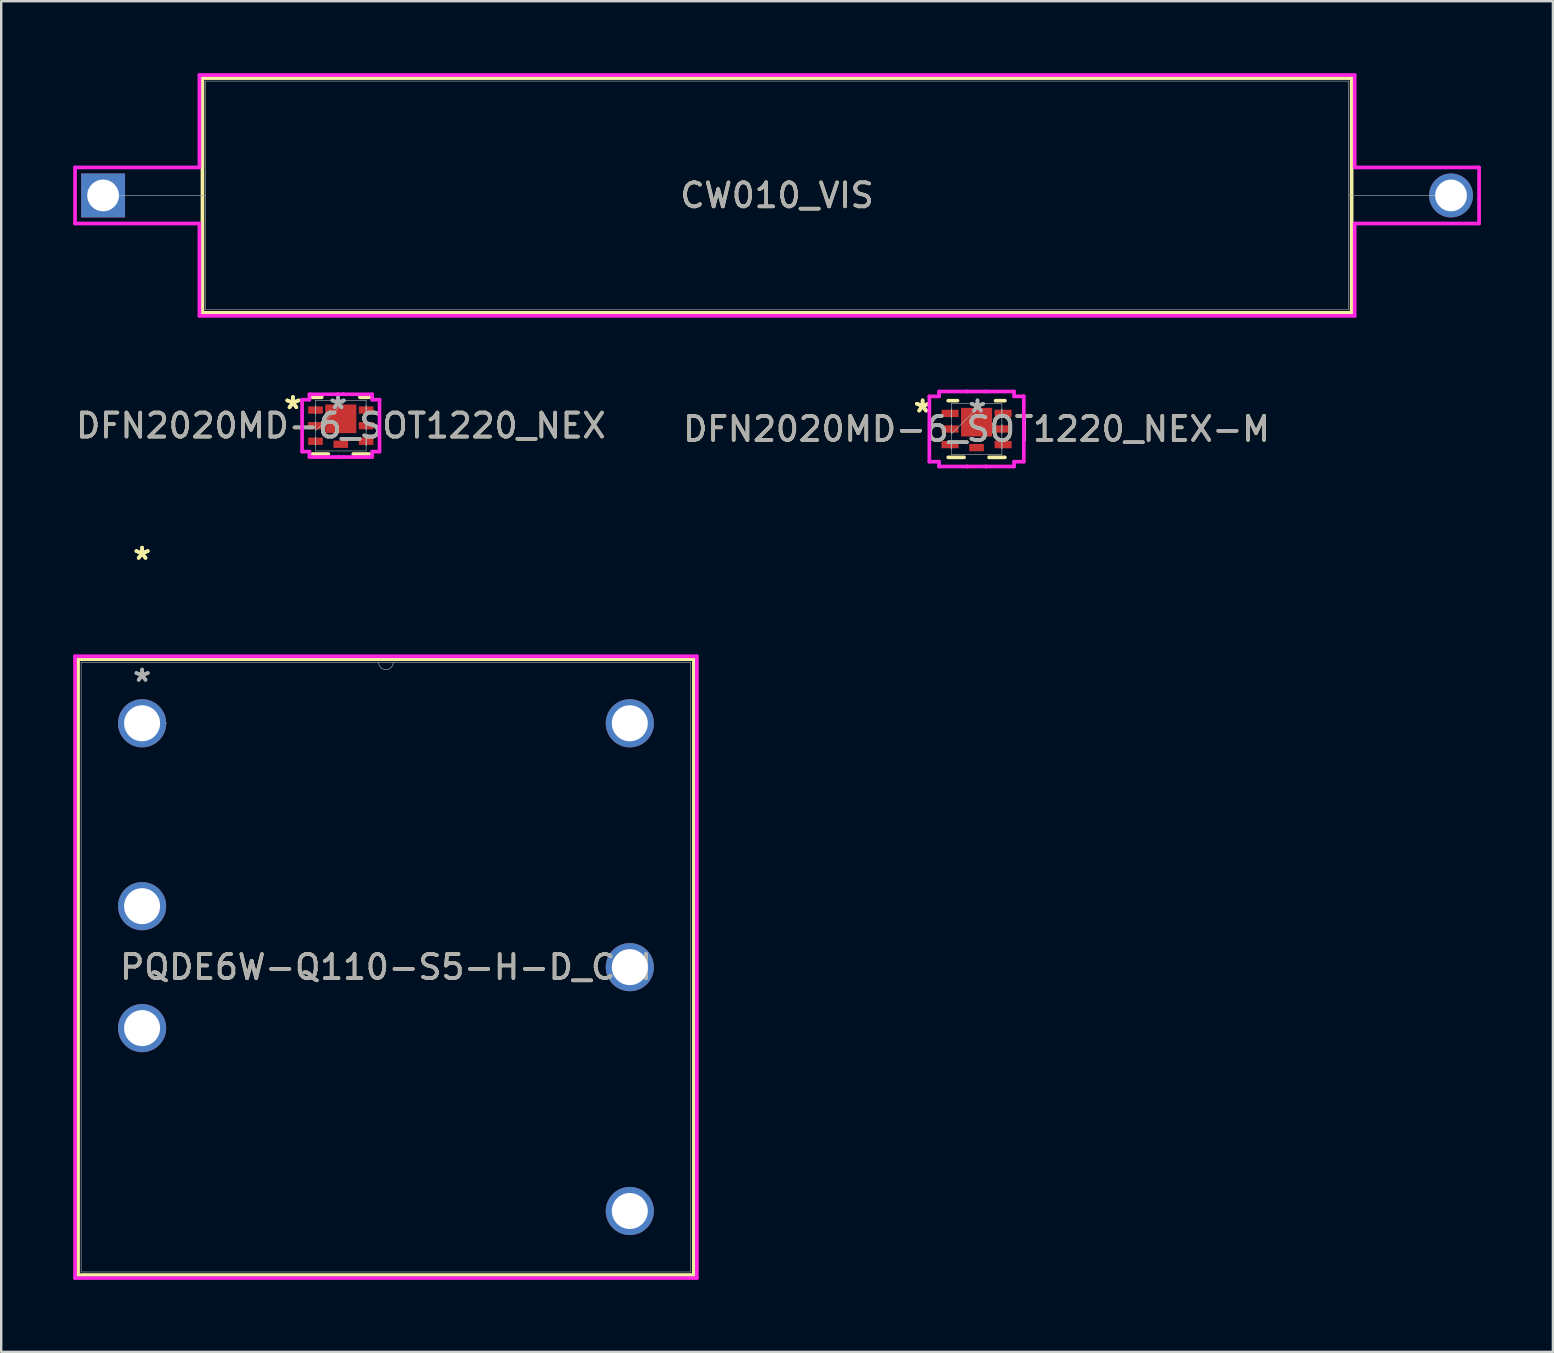
<source format=kicad_pcb>
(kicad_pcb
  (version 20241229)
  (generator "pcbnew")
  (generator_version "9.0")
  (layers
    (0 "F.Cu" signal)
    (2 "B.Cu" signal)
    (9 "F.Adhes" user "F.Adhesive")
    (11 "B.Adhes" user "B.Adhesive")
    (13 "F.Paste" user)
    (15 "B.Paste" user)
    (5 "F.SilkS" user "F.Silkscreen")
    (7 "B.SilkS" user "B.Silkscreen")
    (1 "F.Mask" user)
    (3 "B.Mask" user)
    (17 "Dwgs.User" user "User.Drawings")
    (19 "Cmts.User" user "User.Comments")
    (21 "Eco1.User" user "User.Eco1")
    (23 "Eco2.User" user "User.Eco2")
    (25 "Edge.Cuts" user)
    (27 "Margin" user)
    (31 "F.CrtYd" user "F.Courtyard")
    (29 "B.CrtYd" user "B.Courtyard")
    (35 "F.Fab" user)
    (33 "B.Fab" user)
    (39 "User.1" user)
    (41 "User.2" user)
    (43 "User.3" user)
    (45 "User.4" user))
  (footprint "PQDE6W-Q110-S5-H-D_CUI"
    (layer "F.Cu")
    (at 2.87 27.084)
    (property "Reference" "PQDE6W-Q110-S5-H-D_CUI" (at 10.16 10.16 0) (unlocked yes) (layer "F.SilkS") (effects (font (size 1 1) (thickness 0.15))))
    (attr through_hole)
    (fp_line (start -2.667 -2.667) (end -2.667 22.987) (stroke (width 0.152) (type solid)) (layer "F.SilkS"))
    (fp_line (start -2.667 22.987) (end 22.987 22.987) (stroke (width 0.152) (type solid)) (layer "F.SilkS"))
    (fp_line (start 22.987 -2.667) (end -2.667 -2.667) (stroke (width 0.152) (type solid)) (layer "F.SilkS"))
    (fp_line (start 22.987 22.987) (end 22.987 -2.667) (stroke (width 0.152) (type solid)) (layer "F.SilkS"))
    (fp_line (start -2.794 -2.794) (end 23.114 -2.794) (stroke (width 0.152) (type solid)) (layer "F.CrtYd"))
    (fp_line (start -2.794 23.114) (end -2.794 -2.794) (stroke (width 0.152) (type solid)) (layer "F.CrtYd"))
    (fp_line (start 23.114 -2.794) (end 23.114 23.114) (stroke (width 0.152) (type solid)) (layer "F.CrtYd"))
    (fp_line (start 23.114 23.114) (end -2.794 23.114) (stroke (width 0.152) (type solid)) (layer "F.CrtYd"))
    (fp_line (start -2.54 -2.54) (end -2.54 22.86) (stroke (width 0.025) (type solid)) (layer "F.Fab"))
    (fp_line (start -2.54 22.86) (end 22.86 22.86) (stroke (width 0.025) (type solid)) (layer "F.Fab"))
    (fp_line (start 22.86 -2.54) (end -2.54 -2.54) (stroke (width 0.025) (type solid)) (layer "F.Fab"))
    (fp_line (start 22.86 22.86) (end 22.86 -2.54) (stroke (width 0.025) (type solid)) (layer "F.Fab"))
    (fp_arc (start 10.4648 -2.54) (mid 10.16 -2.2352) (end 9.8552 -2.54) (stroke (width 0.0254) (type solid)) (layer "F.Fab"))
    (fp_circle (center 1.003 0) (end 1.003 0) (stroke (width 0.025) (type solid)) (fill no) (layer "F.Fab"))
    (fp_text user "*" (at 0 -6.773 0) (unlocked yes) (layer "F.SilkS") (effects (font (size 1 1) (thickness 0.15))))
    (fp_text user "*" (at 0 -6.773 0) (layer "F.SilkS") (effects (font (size 1 1) (thickness 0.15))))
    (fp_text user "${REFERENCE}" (at 10.16 10.16 0) (unlocked yes) (layer "F.Fab") (effects (font (size 1 1) (thickness 0.15))))
    (fp_text user "*" (at 0 -1.693 0) (layer "F.Fab") (effects (font (size 1 1) (thickness 0.15))))
    (fp_text user "*" (at 0 -1.693 0) (unlocked yes) (layer "F.Fab") (effects (font (size 1 1) (thickness 0.15))))
    (pad "1" thru_hole circle (at 0 0) (size 2.007 2.007) (drill 1.499) (layers "*.Cu" "*.Mask"))
    (pad "2" thru_hole circle (at 0 7.62) (size 2.007 2.007) (drill 1.499) (layers "*.Cu" "*.Mask"))
    (pad "3" thru_hole circle (at 0 12.7) (size 2.007 2.007) (drill 1.499) (layers "*.Cu" "*.Mask"))
    (pad "4" thru_hole circle (at 20.32 20.32) (size 2.007 2.007) (drill 1.499) (layers "*.Cu" "*.Mask"))
    (pad "5" thru_hole circle (at 20.32 10.16) (size 2.007 2.007) (drill 1.499) (layers "*.Cu" "*.Mask"))
    (pad "6" thru_hole circle (at 20.32 0) (size 2.007 2.007) (drill 1.499) (layers "*.Cu" "*.Mask")))
  (footprint "CW010_VIS"
    (layer "F.Cu")
    (at 1.245 5.093)
    (property "Reference" "CW010_VIS" (at 28.08 0 0) (unlocked yes) (layer "F.SilkS") (effects (font (size 1 1) (thickness 0.15))))
    (attr through_hole)
    (fp_line (start 4.14 -4.889) (end 4.14 4.889) (stroke (width 0.152) (type solid)) (layer "F.SilkS"))
    (fp_line (start 4.14 4.889) (end 52.019 4.889) (stroke (width 0.152) (type solid)) (layer "F.SilkS"))
    (fp_line (start 52.019 -4.889) (end 4.14 -4.889) (stroke (width 0.152) (type solid)) (layer "F.SilkS"))
    (fp_line (start 52.019 4.889) (end 52.019 -4.889) (stroke (width 0.152) (type solid)) (layer "F.SilkS"))
    (fp_line (start -1.168 -1.168) (end 4.013 -1.168) (stroke (width 0.152) (type solid)) (layer "F.CrtYd"))
    (fp_line (start -1.168 1.168) (end -1.168 -1.168) (stroke (width 0.152) (type solid)) (layer "F.CrtYd"))
    (fp_line (start 4.013 -5.016) (end 52.146 -5.016) (stroke (width 0.152) (type solid)) (layer "F.CrtYd"))
    (fp_line (start 4.013 -1.168) (end 4.013 -5.016) (stroke (width 0.152) (type solid)) (layer "F.CrtYd"))
    (fp_line (start 4.013 1.168) (end -1.168 1.168) (stroke (width 0.152) (type solid)) (layer "F.CrtYd"))
    (fp_line (start 4.013 5.016) (end 4.013 1.168) (stroke (width 0.152) (type solid)) (layer "F.CrtYd"))
    (fp_line (start 52.146 -5.016) (end 52.146 -1.168) (stroke (width 0.152) (type solid)) (layer "F.CrtYd"))
    (fp_line (start 52.146 -1.168) (end 57.328 -1.168) (stroke (width 0.152) (type solid)) (layer "F.CrtYd"))
    (fp_line (start 52.146 1.168) (end 52.146 5.016) (stroke (width 0.152) (type solid)) (layer "F.CrtYd"))
    (fp_line (start 52.146 5.016) (end 4.013 5.016) (stroke (width 0.152) (type solid)) (layer "F.CrtYd"))
    (fp_line (start 57.328 -1.168) (end 57.328 1.168) (stroke (width 0.152) (type solid)) (layer "F.CrtYd"))
    (fp_line (start 57.328 1.168) (end 52.146 1.168) (stroke (width 0.152) (type solid)) (layer "F.CrtYd"))
    (fp_line (start 0 0) (end 4.267 0) (stroke (width 0.025) (type solid)) (layer "F.Fab"))
    (fp_line (start 4.267 -4.763) (end 4.267 4.763) (stroke (width 0.025) (type solid)) (layer "F.Fab"))
    (fp_line (start 4.267 4.763) (end 51.892 4.763) (stroke (width 0.025) (type solid)) (layer "F.Fab"))
    (fp_line (start 51.892 -4.763) (end 4.267 -4.763) (stroke (width 0.025) (type solid)) (layer "F.Fab"))
    (fp_line (start 51.892 4.763) (end 51.892 -4.763) (stroke (width 0.025) (type solid)) (layer "F.Fab"))
    (fp_line (start 56.159 0) (end 51.892 0) (stroke (width 0.025) (type solid)) (layer "F.Fab"))
    (fp_text user "${REFERENCE}" (at 28.08 0 0) (unlocked yes) (layer "F.Fab") (effects (font (size 1 1) (thickness 0.15))))
    (pad "1" thru_hole rect (at 0 0) (size 1.829 1.829) (drill 1.321) (layers "*.Cu" "*.Mask"))
    (pad "2" thru_hole circle (at 56.159 0) (size 1.829 1.829) (drill 1.321) (layers "*.Cu" "*.Mask")))
  (footprint "DFN2020MD-6_SOT1220_NEX-M"
    (layer "F.Cu")
    (at 37.637 14.824)
    (property "Reference" "DFN2020MD-6_SOT1220_NEX-M" (at 0 0 0) (unlocked yes) (layer "F.SilkS") (effects (font (size 1 1) (thickness 0.15))))
    (attr smd)
    (fp_line (start -1.181 1.181) (end -0.52 1.181) (stroke (width 0.152) (type solid)) (layer "F.SilkS"))
    (fp_line (start -0.793 -1.181) (end -1.181 -1.181) (stroke (width 0.152) (type solid)) (layer "F.SilkS"))
    (fp_line (start 0.52 1.181) (end 1.181 1.181) (stroke (width 0.152) (type solid)) (layer "F.SilkS"))
    (fp_line (start 1.181 -1.181) (end 0.793 -1.181) (stroke (width 0.152) (type solid)) (layer "F.SilkS"))
    (fp_line (start -1.968 -1.361) (end -1.562 -1.361) (stroke (width 0.152) (type solid)) (layer "F.CrtYd"))
    (fp_line (start -1.968 1.361) (end -1.968 -1.361) (stroke (width 0.152) (type solid)) (layer "F.CrtYd"))
    (fp_line (start -1.562 -1.562) (end -0.386 -1.562) (stroke (width 0.152) (type solid)) (layer "F.CrtYd"))
    (fp_line (start -1.562 -1.361) (end -1.562 -1.562) (stroke (width 0.152) (type solid)) (layer "F.CrtYd"))
    (fp_line (start -1.562 1.361) (end -1.968 1.361) (stroke (width 0.152) (type solid)) (layer "F.CrtYd"))
    (fp_line (start -1.562 1.562) (end -1.562 1.361) (stroke (width 0.152) (type solid)) (layer "F.CrtYd"))
    (fp_line (start -0.386 -1.562) (end -0.386 -1.562) (stroke (width 0.152) (type solid)) (layer "F.CrtYd"))
    (fp_line (start -0.386 -1.562) (end 0.386 -1.562) (stroke (width 0.152) (type solid)) (layer "F.CrtYd"))
    (fp_line (start -0.386 1.562) (end -1.562 1.562) (stroke (width 0.152) (type solid)) (layer "F.CrtYd"))
    (fp_line (start -0.386 1.562) (end -0.386 1.562) (stroke (width 0.152) (type solid)) (layer "F.CrtYd"))
    (fp_line (start 0.386 -1.562) (end 0.386 -1.562) (stroke (width 0.152) (type solid)) (layer "F.CrtYd"))
    (fp_line (start 0.386 -1.562) (end 1.562 -1.562) (stroke (width 0.152) (type solid)) (layer "F.CrtYd"))
    (fp_line (start 0.386 1.562) (end -0.386 1.562) (stroke (width 0.152) (type solid)) (layer "F.CrtYd"))
    (fp_line (start 0.386 1.562) (end 0.386 1.562) (stroke (width 0.152) (type solid)) (layer "F.CrtYd"))
    (fp_line (start 1.562 -1.562) (end 1.562 -1.361) (stroke (width 0.152) (type solid)) (layer "F.CrtYd"))
    (fp_line (start 1.562 -1.361) (end 1.968 -1.361) (stroke (width 0.152) (type solid)) (layer "F.CrtYd"))
    (fp_line (start 1.562 1.361) (end 1.562 1.562) (stroke (width 0.152) (type solid)) (layer "F.CrtYd"))
    (fp_line (start 1.562 1.562) (end 0.386 1.562) (stroke (width 0.152) (type solid)) (layer "F.CrtYd"))
    (fp_line (start 1.968 -1.361) (end 1.968 1.361) (stroke (width 0.152) (type solid)) (layer "F.CrtYd"))
    (fp_line (start 1.968 1.361) (end 1.562 1.361) (stroke (width 0.152) (type solid)) (layer "F.CrtYd"))
    (fp_line (start -1.054 -1.054) (end -1.054 1.054) (stroke (width 0.025) (type solid)) (layer "F.Fab"))
    (fp_line (start -1.054 -0.828) (end -1.054 -0.828) (stroke (width 0.025) (type solid)) (layer "F.Fab"))
    (fp_line (start -1.054 -0.828) (end -1.054 -0.472) (stroke (width 0.025) (type solid)) (layer "F.Fab"))
    (fp_line (start -1.054 -0.472) (end -1.054 -0.828) (stroke (width 0.025) (type solid)) (layer "F.Fab"))
    (fp_line (start -1.054 -0.472) (end -1.054 -0.472) (stroke (width 0.025) (type solid)) (layer "F.Fab"))
    (fp_line (start -1.054 -0.178) (end -1.054 -0.178) (stroke (width 0.025) (type solid)) (layer "F.Fab"))
    (fp_line (start -1.054 -0.178) (end -1.054 0.178) (stroke (width 0.025) (type solid)) (layer "F.Fab"))
    (fp_line (start -1.054 0.178) (end -1.054 -0.178) (stroke (width 0.025) (type solid)) (layer "F.Fab"))
    (fp_line (start -1.054 0.178) (end -1.054 0.178) (stroke (width 0.025) (type solid)) (layer "F.Fab"))
    (fp_line (start -1.054 0.216) (end 0.216 -1.054) (stroke (width 0.025) (type solid)) (layer "F.Fab"))
    (fp_line (start -1.054 0.472) (end -1.054 0.472) (stroke (width 0.025) (type solid)) (layer "F.Fab"))
    (fp_line (start -1.054 0.472) (end -1.054 0.828) (stroke (width 0.025) (type solid)) (layer "F.Fab"))
    (fp_line (start -1.054 0.828) (end -1.054 0.472) (stroke (width 0.025) (type solid)) (layer "F.Fab"))
    (fp_line (start -1.054 0.828) (end -1.054 0.828) (stroke (width 0.025) (type solid)) (layer "F.Fab"))
    (fp_line (start -1.054 1.054) (end 1.054 1.054) (stroke (width 0.025) (type solid)) (layer "F.Fab"))
    (fp_line (start 1.054 -1.054) (end -1.054 -1.054) (stroke (width 0.025) (type solid)) (layer "F.Fab"))
    (fp_line (start 1.054 -0.828) (end 1.054 -0.828) (stroke (width 0.025) (type solid)) (layer "F.Fab"))
    (fp_line (start 1.054 -0.828) (end 1.054 -0.472) (stroke (width 0.025) (type solid)) (layer "F.Fab"))
    (fp_line (start 1.054 -0.472) (end 1.054 -0.828) (stroke (width 0.025) (type solid)) (layer "F.Fab"))
    (fp_line (start 1.054 -0.472) (end 1.054 -0.472) (stroke (width 0.025) (type solid)) (layer "F.Fab"))
    (fp_line (start 1.054 -0.178) (end 1.054 -0.178) (stroke (width 0.025) (type solid)) (layer "F.Fab"))
    (fp_line (start 1.054 -0.178) (end 1.054 0.178) (stroke (width 0.025) (type solid)) (layer "F.Fab"))
    (fp_line (start 1.054 0.178) (end 1.054 -0.178) (stroke (width 0.025) (type solid)) (layer "F.Fab"))
    (fp_line (start 1.054 0.178) (end 1.054 0.178) (stroke (width 0.025) (type solid)) (layer "F.Fab"))
    (fp_line (start 1.054 0.472) (end 1.054 0.472) (stroke (width 0.025) (type solid)) (layer "F.Fab"))
    (fp_line (start 1.054 0.472) (end 1.054 0.828) (stroke (width 0.025) (type solid)) (layer "F.Fab"))
    (fp_line (start 1.054 0.828) (end 1.054 0.472) (stroke (width 0.025) (type solid)) (layer "F.Fab"))
    (fp_line (start 1.054 0.828) (end 1.054 0.828) (stroke (width 0.025) (type solid)) (layer "F.Fab"))
    (fp_line (start 1.054 1.054) (end 1.054 -1.054) (stroke (width 0.025) (type solid)) (layer "F.Fab"))
    (fp_text user "*" (at -2.248 -0.65 0) (unlocked yes) (layer "F.SilkS") (effects (font (size 1 1) (thickness 0.15))))
    (fp_text user "*" (at -2.248 -0.65 0) (layer "F.SilkS") (effects (font (size 1 1) (thickness 0.15))))
    (fp_text user "${REFERENCE}" (at 0 0 0) (unlocked yes) (layer "F.Fab") (effects (font (size 1 1) (thickness 0.15))))
    (fp_text user "*" (at 0.038 -0.65 0) (layer "F.Fab") (effects (font (size 1 1) (thickness 0.15))))
    (fp_text user "*" (at 0.038 -0.65 0) (unlocked yes) (layer "F.Fab") (effects (font (size 1 1) (thickness 0.15))))
    (pad "1" smd rect (at -1.105 -0.65 90) (size 0.305 0.711) (layers "F.Cu" "F.Mask" "F.Paste"))
    (pad "2" smd rect (at -1.105 0 90) (size 0.305 0.711) (layers "F.Cu" "F.Mask" "F.Paste"))
    (pad "3" smd rect (at -1.105 0.65 90) (size 0.305 0.711) (layers "F.Cu" "F.Mask" "F.Paste"))
    (pad "4" smd rect (at 1.105 0.65 90) (size 0.305 0.711) (layers "F.Cu" "F.Mask" "F.Paste"))
    (pad "5" smd rect (at 1.105 0 90) (size 0.305 0.711) (layers "F.Cu" "F.Mask" "F.Paste"))
    (pad "6" smd rect (at 1.105 -0.65 90) (size 0.305 0.711) (layers "F.Cu" "F.Mask" "F.Paste"))
    (pad "7" smd rect (at 0 -0.285) (size 1.295 1.194) (layers "F.Cu" "F.Mask" "F.Paste"))
    (pad "8" smd rect (at 0 0.775) (size 0.61 0.305) (layers "F.Cu" "F.Mask" "F.Paste")))
  (footprint "DFN2020MD-6_SOT1220_NEX"
    (layer "F.Cu")
    (at 11.149 14.684)
    (property "Reference" "DFN2020MD-6_SOT1220_NEX" (at 0 0 0) (unlocked yes) (layer "F.SilkS") (effects (font (size 1 1) (thickness 0.15))))
    (attr smd)
    (fp_line (start -1.181 1.181) (end -0.52 1.181) (stroke (width 0.152) (type solid)) (layer "F.SilkS"))
    (fp_line (start -0.793 -1.181) (end -1.181 -1.181) (stroke (width 0.152) (type solid)) (layer "F.SilkS"))
    (fp_line (start 0.52 1.181) (end 1.181 1.181) (stroke (width 0.152) (type solid)) (layer "F.SilkS"))
    (fp_line (start 1.181 -1.181) (end 0.793 -1.181) (stroke (width 0.152) (type solid)) (layer "F.SilkS"))
    (fp_line (start -1.613 -1.082) (end -1.308 -1.082) (stroke (width 0.152) (type solid)) (layer "F.CrtYd"))
    (fp_line (start -1.613 1.082) (end -1.613 -1.082) (stroke (width 0.152) (type solid)) (layer "F.CrtYd"))
    (fp_line (start -1.308 -1.308) (end -0.107 -1.308) (stroke (width 0.152) (type solid)) (layer "F.CrtYd"))
    (fp_line (start -1.308 -1.082) (end -1.308 -1.308) (stroke (width 0.152) (type solid)) (layer "F.CrtYd"))
    (fp_line (start -1.308 1.082) (end -1.613 1.082) (stroke (width 0.152) (type solid)) (layer "F.CrtYd"))
    (fp_line (start -1.308 1.308) (end -1.308 1.082) (stroke (width 0.152) (type solid)) (layer "F.CrtYd"))
    (fp_line (start -0.107 -1.308) (end -0.107 -1.308) (stroke (width 0.152) (type solid)) (layer "F.CrtYd"))
    (fp_line (start -0.107 -1.308) (end 0.107 -1.308) (stroke (width 0.152) (type solid)) (layer "F.CrtYd"))
    (fp_line (start -0.107 1.308) (end -1.308 1.308) (stroke (width 0.152) (type solid)) (layer "F.CrtYd"))
    (fp_line (start -0.107 1.308) (end -0.107 1.308) (stroke (width 0.152) (type solid)) (layer "F.CrtYd"))
    (fp_line (start 0.107 -1.308) (end 0.107 -1.308) (stroke (width 0.152) (type solid)) (layer "F.CrtYd"))
    (fp_line (start 0.107 -1.308) (end 1.308 -1.308) (stroke (width 0.152) (type solid)) (layer "F.CrtYd"))
    (fp_line (start 0.107 1.308) (end -0.107 1.308) (stroke (width 0.152) (type solid)) (layer "F.CrtYd"))
    (fp_line (start 0.107 1.308) (end 0.107 1.308) (stroke (width 0.152) (type solid)) (layer "F.CrtYd"))
    (fp_line (start 1.308 -1.308) (end 1.308 -1.082) (stroke (width 0.152) (type solid)) (layer "F.CrtYd"))
    (fp_line (start 1.308 -1.082) (end 1.613 -1.082) (stroke (width 0.152) (type solid)) (layer "F.CrtYd"))
    (fp_line (start 1.308 1.082) (end 1.308 1.308) (stroke (width 0.152) (type solid)) (layer "F.CrtYd"))
    (fp_line (start 1.308 1.308) (end 0.107 1.308) (stroke (width 0.152) (type solid)) (layer "F.CrtYd"))
    (fp_line (start 1.613 -1.082) (end 1.613 1.082) (stroke (width 0.152) (type solid)) (layer "F.CrtYd"))
    (fp_line (start 1.613 1.082) (end 1.308 1.082) (stroke (width 0.152) (type solid)) (layer "F.CrtYd"))
    (fp_line (start -1.054 -1.054) (end -1.054 1.054) (stroke (width 0.025) (type solid)) (layer "F.Fab"))
    (fp_line (start -1.054 -0.828) (end -1.054 -0.828) (stroke (width 0.025) (type solid)) (layer "F.Fab"))
    (fp_line (start -1.054 -0.828) (end -1.054 -0.472) (stroke (width 0.025) (type solid)) (layer "F.Fab"))
    (fp_line (start -1.054 -0.472) (end -1.054 -0.828) (stroke (width 0.025) (type solid)) (layer "F.Fab"))
    (fp_line (start -1.054 -0.472) (end -1.054 -0.472) (stroke (width 0.025) (type solid)) (layer "F.Fab"))
    (fp_line (start -1.054 -0.178) (end -1.054 -0.178) (stroke (width 0.025) (type solid)) (layer "F.Fab"))
    (fp_line (start -1.054 -0.178) (end -1.054 0.178) (stroke (width 0.025) (type solid)) (layer "F.Fab"))
    (fp_line (start -1.054 0.178) (end -1.054 -0.178) (stroke (width 0.025) (type solid)) (layer "F.Fab"))
    (fp_line (start -1.054 0.178) (end -1.054 0.178) (stroke (width 0.025) (type solid)) (layer "F.Fab"))
    (fp_line (start -1.054 0.216) (end 0.216 -1.054) (stroke (width 0.025) (type solid)) (layer "F.Fab"))
    (fp_line (start -1.054 0.472) (end -1.054 0.472) (stroke (width 0.025) (type solid)) (layer "F.Fab"))
    (fp_line (start -1.054 0.472) (end -1.054 0.828) (stroke (width 0.025) (type solid)) (layer "F.Fab"))
    (fp_line (start -1.054 0.828) (end -1.054 0.472) (stroke (width 0.025) (type solid)) (layer "F.Fab"))
    (fp_line (start -1.054 0.828) (end -1.054 0.828) (stroke (width 0.025) (type solid)) (layer "F.Fab"))
    (fp_line (start -1.054 1.054) (end 1.054 1.054) (stroke (width 0.025) (type solid)) (layer "F.Fab"))
    (fp_line (start 1.054 -1.054) (end -1.054 -1.054) (stroke (width 0.025) (type solid)) (layer "F.Fab"))
    (fp_line (start 1.054 -0.828) (end 1.054 -0.828) (stroke (width 0.025) (type solid)) (layer "F.Fab"))
    (fp_line (start 1.054 -0.828) (end 1.054 -0.472) (stroke (width 0.025) (type solid)) (layer "F.Fab"))
    (fp_line (start 1.054 -0.472) (end 1.054 -0.828) (stroke (width 0.025) (type solid)) (layer "F.Fab"))
    (fp_line (start 1.054 -0.472) (end 1.054 -0.472) (stroke (width 0.025) (type solid)) (layer "F.Fab"))
    (fp_line (start 1.054 -0.178) (end 1.054 -0.178) (stroke (width 0.025) (type solid)) (layer "F.Fab"))
    (fp_line (start 1.054 -0.178) (end 1.054 0.178) (stroke (width 0.025) (type solid)) (layer "F.Fab"))
    (fp_line (start 1.054 0.178) (end 1.054 -0.178) (stroke (width 0.025) (type solid)) (layer "F.Fab"))
    (fp_line (start 1.054 0.178) (end 1.054 0.178) (stroke (width 0.025) (type solid)) (layer "F.Fab"))
    (fp_line (start 1.054 0.472) (end 1.054 0.472) (stroke (width 0.025) (type solid)) (layer "F.Fab"))
    (fp_line (start 1.054 0.472) (end 1.054 0.828) (stroke (width 0.025) (type solid)) (layer "F.Fab"))
    (fp_line (start 1.054 0.828) (end 1.054 0.472) (stroke (width 0.025) (type solid)) (layer "F.Fab"))
    (fp_line (start 1.054 0.828) (end 1.054 0.828) (stroke (width 0.025) (type solid)) (layer "F.Fab"))
    (fp_line (start 1.054 1.054) (end 1.054 -1.054) (stroke (width 0.025) (type solid)) (layer "F.Fab"))
    (fp_text user "*" (at -1.994 -0.65 0) (unlocked yes) (layer "F.SilkS") (effects (font (size 1 1) (thickness 0.15))))
    (fp_text user "*" (at -1.994 -0.65 0) (layer "F.SilkS") (effects (font (size 1 1) (thickness 0.15))))
    (fp_text user "*" (at -0.114 -0.65 0) (layer "F.Fab") (effects (font (size 1 1) (thickness 0.15))))
    (fp_text user "*" (at -0.114 -0.65 0) (unlocked yes) (layer "F.Fab") (effects (font (size 1 1) (thickness 0.15))))
    (fp_text user "${REFERENCE}" (at 0 0 0) (unlocked yes) (layer "F.Fab") (effects (font (size 1 1) (thickness 0.15))))
    (pad "1" smd rect (at -1.054 -0.65 90) (size 0.305 0.61) (layers "F.Cu" "F.Mask" "F.Paste"))
    (pad "2" smd rect (at -1.054 0 90) (size 0.305 0.61) (layers "F.Cu" "F.Mask" "F.Paste"))
    (pad "3" smd rect (at -1.054 0.65 90) (size 0.305 0.61) (layers "F.Cu" "F.Mask" "F.Paste"))
    (pad "4" smd rect (at 1.054 0.65 90) (size 0.305 0.61) (layers "F.Cu" "F.Mask" "F.Paste"))
    (pad "5" smd rect (at 1.054 0 90) (size 0.305 0.61) (layers "F.Cu" "F.Mask" "F.Paste"))
    (pad "6" smd rect (at 1.054 -0.65 90) (size 0.305 0.61) (layers "F.Cu" "F.Mask" "F.Paste"))
    (pad "7" smd rect (at 0 -0.285) (size 1.295 1.194) (layers "F.Cu" "F.Mask" "F.Paste"))
    (pad "8" smd rect (at 0 0.775) (size 0.61 0.305) (layers "F.Cu" "F.Mask" "F.Paste")))
  (gr_rect
    (start -3 -3)
    (end 61.649 53.274)
    (stroke (width 0.1) (type default))
    (fill no)
    (layer "Edge.Cuts")))
</source>
